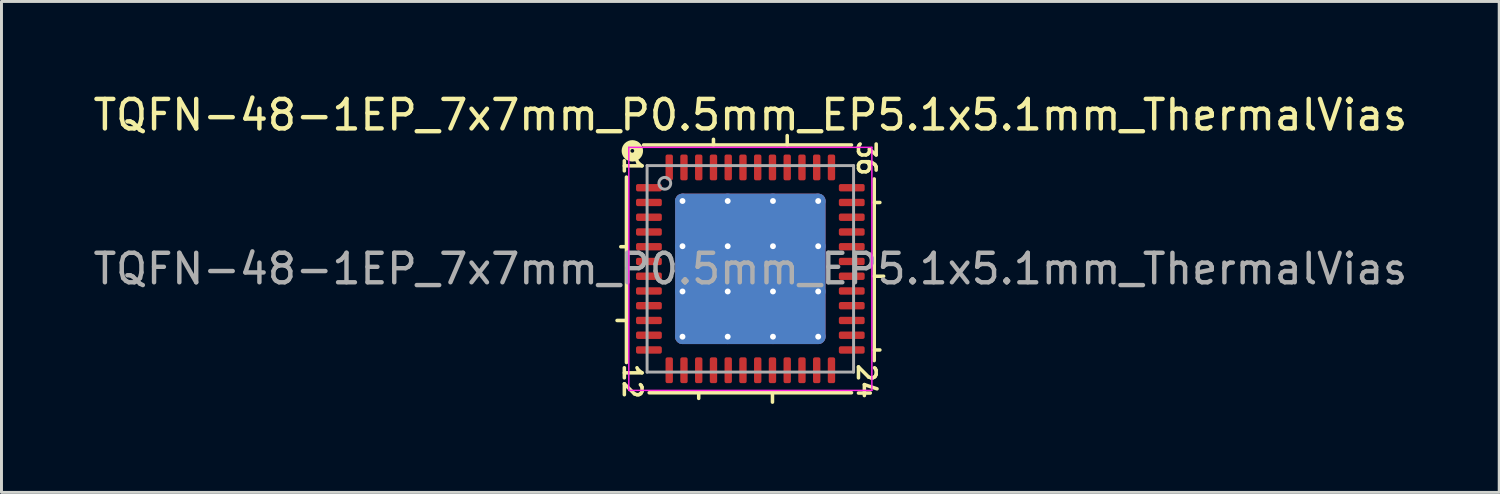
<source format=kicad_pcb>
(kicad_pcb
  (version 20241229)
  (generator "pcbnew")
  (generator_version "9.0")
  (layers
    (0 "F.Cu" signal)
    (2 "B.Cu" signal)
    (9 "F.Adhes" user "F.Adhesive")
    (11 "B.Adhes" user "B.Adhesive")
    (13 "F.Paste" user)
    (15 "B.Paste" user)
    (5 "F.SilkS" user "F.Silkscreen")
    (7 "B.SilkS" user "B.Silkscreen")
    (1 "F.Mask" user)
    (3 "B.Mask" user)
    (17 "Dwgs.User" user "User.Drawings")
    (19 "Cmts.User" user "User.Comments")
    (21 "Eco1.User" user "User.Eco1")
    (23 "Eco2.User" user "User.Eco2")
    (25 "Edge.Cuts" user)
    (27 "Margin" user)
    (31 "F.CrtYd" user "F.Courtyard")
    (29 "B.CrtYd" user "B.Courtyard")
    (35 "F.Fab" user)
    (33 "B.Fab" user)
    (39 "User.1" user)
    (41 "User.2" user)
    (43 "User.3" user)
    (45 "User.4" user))
  (footprint "TQFN-48-1EP_7x7mm_P0.5mm_EP5.1x5.1mm_ThermalVias"
    (layer "F.Cu")
    (at 22.387 6.064)
    (property "Reference" "TQFN-48-1EP_7x7mm_P0.5mm_EP5.1x5.1mm_ThermalVias" (at 0 -5.216 0) (layer "F.SilkS") (effects (font (size 1 1) (thickness 0.15))))
    (attr smd)
    (fp_line (start -4.2 -3.111) (end -4.2 3.175) (stroke (width 0.12) (type solid)) (layer "F.SilkS"))
    (fp_line (start -4.2 -0.75) (end -4.391 -0.75) (stroke (width 0.12) (type solid)) (layer "F.SilkS"))
    (fp_line (start -4.2 1.75) (end -4.518 1.75) (stroke (width 0.12) (type solid)) (layer "F.SilkS"))
    (fp_line (start -3.429 4.2) (end 3.429 4.2) (stroke (width 0.12) (type solid)) (layer "F.SilkS"))
    (fp_line (start -1.75 4.2) (end -1.75 4.391) (stroke (width 0.12) (type solid)) (layer "F.SilkS"))
    (fp_line (start -1.25 -4.2) (end -1.25 -4.391) (stroke (width 0.12) (type solid)) (layer "F.SilkS"))
    (fp_line (start 0.75 4.2) (end 0.75 4.518) (stroke (width 0.12) (type solid)) (layer "F.SilkS"))
    (fp_line (start 1.25 -4.2) (end 1.25 -4.518) (stroke (width 0.12) (type solid)) (layer "F.SilkS"))
    (fp_line (start 3.429 -4.2) (end -3.619 -4.2) (stroke (width 0.12) (type solid)) (layer "F.SilkS"))
    (fp_line (start 4.2 -2.25) (end 4.391 -2.25) (stroke (width 0.12) (type solid)) (layer "F.SilkS"))
    (fp_line (start 4.2 0.25) (end 4.518 0.25) (stroke (width 0.12) (type solid)) (layer "F.SilkS"))
    (fp_line (start 4.2 2.75) (end 4.391 2.75) (stroke (width 0.12) (type solid)) (layer "F.SilkS"))
    (fp_line (start 4.2 3.111) (end 4.2 -3.048) (stroke (width 0.12) (type solid)) (layer "F.SilkS"))
    (fp_circle (center -4 -4) (end -3.937 -4) (stroke (width 0.3) (type solid)) (fill no) (layer "F.SilkS"))
    (fp_line (start -4.12 -4.12) (end -4.12 4.12) (stroke (width 0.05) (type solid)) (layer "F.CrtYd"))
    (fp_line (start -4.12 4.12) (end 4.12 4.12) (stroke (width 0.05) (type solid)) (layer "F.CrtYd"))
    (fp_line (start 4.12 -4.12) (end -4.12 -4.12) (stroke (width 0.05) (type solid)) (layer "F.CrtYd"))
    (fp_line (start 4.12 4.12) (end 4.12 -4.12) (stroke (width 0.05) (type solid)) (layer "F.CrtYd"))
    (fp_line (start -3.5 -3.5) (end 3.5 -3.5) (stroke (width 0.1) (type solid)) (layer "F.Fab"))
    (fp_line (start -3.5 3.5) (end -3.5 -3.5) (stroke (width 0.1) (type solid)) (layer "F.Fab"))
    (fp_line (start 3.5 -3.5) (end 3.5 3.5) (stroke (width 0.1) (type solid)) (layer "F.Fab"))
    (fp_line (start 3.5 3.5) (end -3.5 3.5) (stroke (width 0.1) (type solid)) (layer "F.Fab"))
    (fp_circle (center -2.9 -2.9) (end -2.7 -2.9) (stroke (width 0.1) (type solid)) (fill no) (layer "F.Fab"))
    (fp_text user "12" (at -4 3.81 270) (unlocked yes) (layer "F.SilkS") (effects (font (size 0.6 0.6) (thickness 0.12))))
    (fp_text user "36" (at 3.937 -3.747 270) (unlocked yes) (layer "F.SilkS") (effects (font (size 0.6 0.6) (thickness 0.12))))
    (fp_text user "24" (at 3.937 3.81 270) (unlocked yes) (layer "F.SilkS") (effects (font (size 0.6 0.6) (thickness 0.12))))
    (fp_text user "1" (at -4 -3.493 270) (unlocked yes) (layer "F.SilkS") (effects (font (size 0.6 0.6) (thickness 0.12))))
    (fp_text user "${REFERENCE}" (at 0 0 0) (layer "F.Fab") (effects (font (size 1 1) (thickness 0.15))))
    (pad "" smd roundrect (at -1.7 -1.7) (size 1.47 1.47) (layers "F.Paste") (roundrect_rratio 0.17))
    (pad "" smd roundrect (at -1.7 0) (size 1.47 1.47) (layers "F.Paste") (roundrect_rratio 0.17))
    (pad "" smd roundrect (at -1.7 1.7) (size 1.47 1.47) (layers "F.Paste") (roundrect_rratio 0.17))
    (pad "" smd roundrect (at 0 -1.7) (size 1.47 1.47) (layers "F.Paste") (roundrect_rratio 0.17))
    (pad "" smd roundrect (at 0 0) (size 1.47 1.47) (layers "F.Paste") (roundrect_rratio 0.17))
    (pad "" smd roundrect (at 0 1.7) (size 1.47 1.47) (layers "F.Paste") (roundrect_rratio 0.17))
    (pad "" smd roundrect (at 1.7 -1.7) (size 1.47 1.47) (layers "F.Paste") (roundrect_rratio 0.17))
    (pad "" smd roundrect (at 1.7 0) (size 1.47 1.47) (layers "F.Paste") (roundrect_rratio 0.17))
    (pad "" smd roundrect (at 1.7 1.7) (size 1.47 1.47) (layers "F.Paste") (roundrect_rratio 0.17))
    (pad "1" smd roundrect (at -3.438 -2.75) (size 0.875 0.25) (layers "F.Cu" "F.Mask" "F.Paste") (roundrect_rratio 0.25))
    (pad "2" smd roundrect (at -3.438 -2.25) (size 0.875 0.25) (layers "F.Cu" "F.Mask" "F.Paste") (roundrect_rratio 0.25))
    (pad "3" smd roundrect (at -3.438 -1.75) (size 0.875 0.25) (layers "F.Cu" "F.Mask" "F.Paste") (roundrect_rratio 0.25))
    (pad "4" smd roundrect (at -3.438 -1.25) (size 0.875 0.25) (layers "F.Cu" "F.Mask" "F.Paste") (roundrect_rratio 0.25))
    (pad "5" smd roundrect (at -3.438 -0.75) (size 0.875 0.25) (layers "F.Cu" "F.Mask" "F.Paste") (roundrect_rratio 0.25))
    (pad "6" smd roundrect (at -3.438 -0.25) (size 0.875 0.25) (layers "F.Cu" "F.Mask" "F.Paste") (roundrect_rratio 0.25))
    (pad "7" smd roundrect (at -3.438 0.25) (size 0.875 0.25) (layers "F.Cu" "F.Mask" "F.Paste") (roundrect_rratio 0.25))
    (pad "8" smd roundrect (at -3.438 0.75) (size 0.875 0.25) (layers "F.Cu" "F.Mask" "F.Paste") (roundrect_rratio 0.25))
    (pad "9" smd roundrect (at -3.438 1.25) (size 0.875 0.25) (layers "F.Cu" "F.Mask" "F.Paste") (roundrect_rratio 0.25))
    (pad "10" smd roundrect (at -3.438 1.75) (size 0.875 0.25) (layers "F.Cu" "F.Mask" "F.Paste") (roundrect_rratio 0.25))
    (pad "11" smd roundrect (at -3.438 2.25) (size 0.875 0.25) (layers "F.Cu" "F.Mask" "F.Paste") (roundrect_rratio 0.25))
    (pad "12" smd roundrect (at -3.438 2.75) (size 0.875 0.25) (layers "F.Cu" "F.Mask" "F.Paste") (roundrect_rratio 0.25))
    (pad "13" smd roundrect (at -2.75 3.438) (size 0.25 0.875) (layers "F.Cu" "F.Mask" "F.Paste") (roundrect_rratio 0.25))
    (pad "14" smd roundrect (at -2.25 3.438) (size 0.25 0.875) (layers "F.Cu" "F.Mask" "F.Paste") (roundrect_rratio 0.25))
    (pad "15" smd roundrect (at -1.75 3.438) (size 0.25 0.875) (layers "F.Cu" "F.Mask" "F.Paste") (roundrect_rratio 0.25))
    (pad "16" smd roundrect (at -1.25 3.438) (size 0.25 0.875) (layers "F.Cu" "F.Mask" "F.Paste") (roundrect_rratio 0.25))
    (pad "17" smd roundrect (at -0.75 3.438) (size 0.25 0.875) (layers "F.Cu" "F.Mask" "F.Paste") (roundrect_rratio 0.25))
    (pad "18" smd roundrect (at -0.25 3.438) (size 0.25 0.875) (layers "F.Cu" "F.Mask" "F.Paste") (roundrect_rratio 0.25))
    (pad "19" smd roundrect (at 0.25 3.438) (size 0.25 0.875) (layers "F.Cu" "F.Mask" "F.Paste") (roundrect_rratio 0.25))
    (pad "20" smd roundrect (at 0.75 3.438) (size 0.25 0.875) (layers "F.Cu" "F.Mask" "F.Paste") (roundrect_rratio 0.25))
    (pad "21" smd roundrect (at 1.25 3.438) (size 0.25 0.875) (layers "F.Cu" "F.Mask" "F.Paste") (roundrect_rratio 0.25))
    (pad "22" smd roundrect (at 1.75 3.438) (size 0.25 0.875) (layers "F.Cu" "F.Mask" "F.Paste") (roundrect_rratio 0.25))
    (pad "23" smd roundrect (at 2.25 3.438) (size 0.25 0.875) (layers "F.Cu" "F.Mask" "F.Paste") (roundrect_rratio 0.25))
    (pad "24" smd roundrect (at 2.75 3.438) (size 0.25 0.875) (layers "F.Cu" "F.Mask" "F.Paste") (roundrect_rratio 0.25))
    (pad "25" smd roundrect (at 3.438 2.75) (size 0.875 0.25) (layers "F.Cu" "F.Mask" "F.Paste") (roundrect_rratio 0.25))
    (pad "26" smd roundrect (at 3.438 2.25) (size 0.875 0.25) (layers "F.Cu" "F.Mask" "F.Paste") (roundrect_rratio 0.25))
    (pad "27" smd roundrect (at 3.438 1.75) (size 0.875 0.25) (layers "F.Cu" "F.Mask" "F.Paste") (roundrect_rratio 0.25))
    (pad "28" smd roundrect (at 3.438 1.25) (size 0.875 0.25) (layers "F.Cu" "F.Mask" "F.Paste") (roundrect_rratio 0.25))
    (pad "29" smd roundrect (at 3.438 0.75) (size 0.875 0.25) (layers "F.Cu" "F.Mask" "F.Paste") (roundrect_rratio 0.25))
    (pad "30" smd roundrect (at 3.438 0.25) (size 0.875 0.25) (layers "F.Cu" "F.Mask" "F.Paste") (roundrect_rratio 0.25))
    (pad "31" smd roundrect (at 3.438 -0.25) (size 0.875 0.25) (layers "F.Cu" "F.Mask" "F.Paste") (roundrect_rratio 0.25))
    (pad "32" smd roundrect (at 3.438 -0.75) (size 0.875 0.25) (layers "F.Cu" "F.Mask" "F.Paste") (roundrect_rratio 0.25))
    (pad "33" smd roundrect (at 3.438 -1.25) (size 0.875 0.25) (layers "F.Cu" "F.Mask" "F.Paste") (roundrect_rratio 0.25))
    (pad "34" smd roundrect (at 3.438 -1.75) (size 0.875 0.25) (layers "F.Cu" "F.Mask" "F.Paste") (roundrect_rratio 0.25))
    (pad "35" smd roundrect (at 3.438 -2.25) (size 0.875 0.25) (layers "F.Cu" "F.Mask" "F.Paste") (roundrect_rratio 0.25))
    (pad "36" smd roundrect (at 3.438 -2.75) (size 0.875 0.25) (layers "F.Cu" "F.Mask" "F.Paste") (roundrect_rratio 0.25))
    (pad "37" smd roundrect (at 2.75 -3.438) (size 0.25 0.875) (layers "F.Cu" "F.Mask" "F.Paste") (roundrect_rratio 0.25))
    (pad "38" smd roundrect (at 2.25 -3.438) (size 0.25 0.875) (layers "F.Cu" "F.Mask" "F.Paste") (roundrect_rratio 0.25))
    (pad "39" smd roundrect (at 1.75 -3.438) (size 0.25 0.875) (layers "F.Cu" "F.Mask" "F.Paste") (roundrect_rratio 0.25))
    (pad "40" smd roundrect (at 1.25 -3.438) (size 0.25 0.875) (layers "F.Cu" "F.Mask" "F.Paste") (roundrect_rratio 0.25))
    (pad "41" smd roundrect (at 0.75 -3.438) (size 0.25 0.875) (layers "F.Cu" "F.Mask" "F.Paste") (roundrect_rratio 0.25))
    (pad "42" smd roundrect (at 0.25 -3.438) (size 0.25 0.875) (layers "F.Cu" "F.Mask" "F.Paste") (roundrect_rratio 0.25))
    (pad "43" smd roundrect (at -0.25 -3.438) (size 0.25 0.875) (layers "F.Cu" "F.Mask" "F.Paste") (roundrect_rratio 0.25))
    (pad "44" smd roundrect (at -0.75 -3.438) (size 0.25 0.875) (layers "F.Cu" "F.Mask" "F.Paste") (roundrect_rratio 0.25))
    (pad "45" smd roundrect (at -1.25 -3.438) (size 0.25 0.875) (layers "F.Cu" "F.Mask" "F.Paste") (roundrect_rratio 0.25))
    (pad "46" smd roundrect (at -1.75 -3.438) (size 0.25 0.875) (layers "F.Cu" "F.Mask" "F.Paste") (roundrect_rratio 0.25))
    (pad "47" smd roundrect (at -2.25 -3.438) (size 0.25 0.875) (layers "F.Cu" "F.Mask" "F.Paste") (roundrect_rratio 0.25))
    (pad "48" smd roundrect (at -2.75 -3.438) (size 0.25 0.875) (layers "F.Cu" "F.Mask" "F.Paste") (roundrect_rratio 0.25))
    (pad "49" thru_hole circle (at -2.3 -2.3) (size 0.5 0.5) (drill 0.2) (property pad_prop_heatsink) (layers "*.Cu"))
    (pad "49" thru_hole circle (at -2.3 -0.767) (size 0.5 0.5) (drill 0.2) (property pad_prop_heatsink) (layers "*.Cu"))
    (pad "49" thru_hole circle (at -2.3 0.767) (size 0.5 0.5) (drill 0.2) (property pad_prop_heatsink) (layers "*.Cu"))
    (pad "49" thru_hole circle (at -2.3 2.3) (size 0.5 0.5) (drill 0.2) (property pad_prop_heatsink) (layers "*.Cu"))
    (pad "49" thru_hole circle (at -0.767 -2.3) (size 0.5 0.5) (drill 0.2) (property pad_prop_heatsink) (layers "*.Cu"))
    (pad "49" thru_hole circle (at -0.767 -0.767) (size 0.5 0.5) (drill 0.2) (property pad_prop_heatsink) (layers "*.Cu"))
    (pad "49" thru_hole circle (at -0.767 0.767) (size 0.5 0.5) (drill 0.2) (property pad_prop_heatsink) (layers "*.Cu"))
    (pad "49" thru_hole circle (at -0.767 2.3) (size 0.5 0.5) (drill 0.2) (property pad_prop_heatsink) (layers "*.Cu"))
    (pad "49" smd roundrect (at 0 0) (size 5.1 5.1) (layers "F.Cu" "F.Mask") (roundrect_rratio 0.049))
    (pad "49" smd roundrect (at 0 0) (size 5.1 5.1) (layers "B.Cu" "B.Mask") (roundrect_rratio 0.049))
    (pad "49" thru_hole circle (at 0.767 -2.3) (size 0.5 0.5) (drill 0.2) (property pad_prop_heatsink) (layers "*.Cu"))
    (pad "49" thru_hole circle (at 0.767 -0.767) (size 0.5 0.5) (drill 0.2) (property pad_prop_heatsink) (layers "*.Cu"))
    (pad "49" thru_hole circle (at 0.767 0.767) (size 0.5 0.5) (drill 0.2) (property pad_prop_heatsink) (layers "*.Cu"))
    (pad "49" thru_hole circle (at 0.767 2.3) (size 0.5 0.5) (drill 0.2) (property pad_prop_heatsink) (layers "*.Cu"))
    (pad "49" thru_hole circle (at 2.3 -2.3) (size 0.5 0.5) (drill 0.2) (property pad_prop_heatsink) (layers "*.Cu"))
    (pad "49" thru_hole circle (at 2.3 -0.767) (size 0.5 0.5) (drill 0.2) (property pad_prop_heatsink) (layers "*.Cu"))
    (pad "49" thru_hole circle (at 2.3 0.767) (size 0.5 0.5) (drill 0.2) (property pad_prop_heatsink) (layers "*.Cu"))
    (pad "49" thru_hole circle (at 2.3 2.3) (size 0.5 0.5) (drill 0.2) (property pad_prop_heatsink) (layers "*.Cu")))
  (gr_rect
    (start -3 -3)
    (end 47.774 13.642)
    (stroke (width 0.1) (type default))
    (fill no)
    (layer "Edge.Cuts")))
</source>
